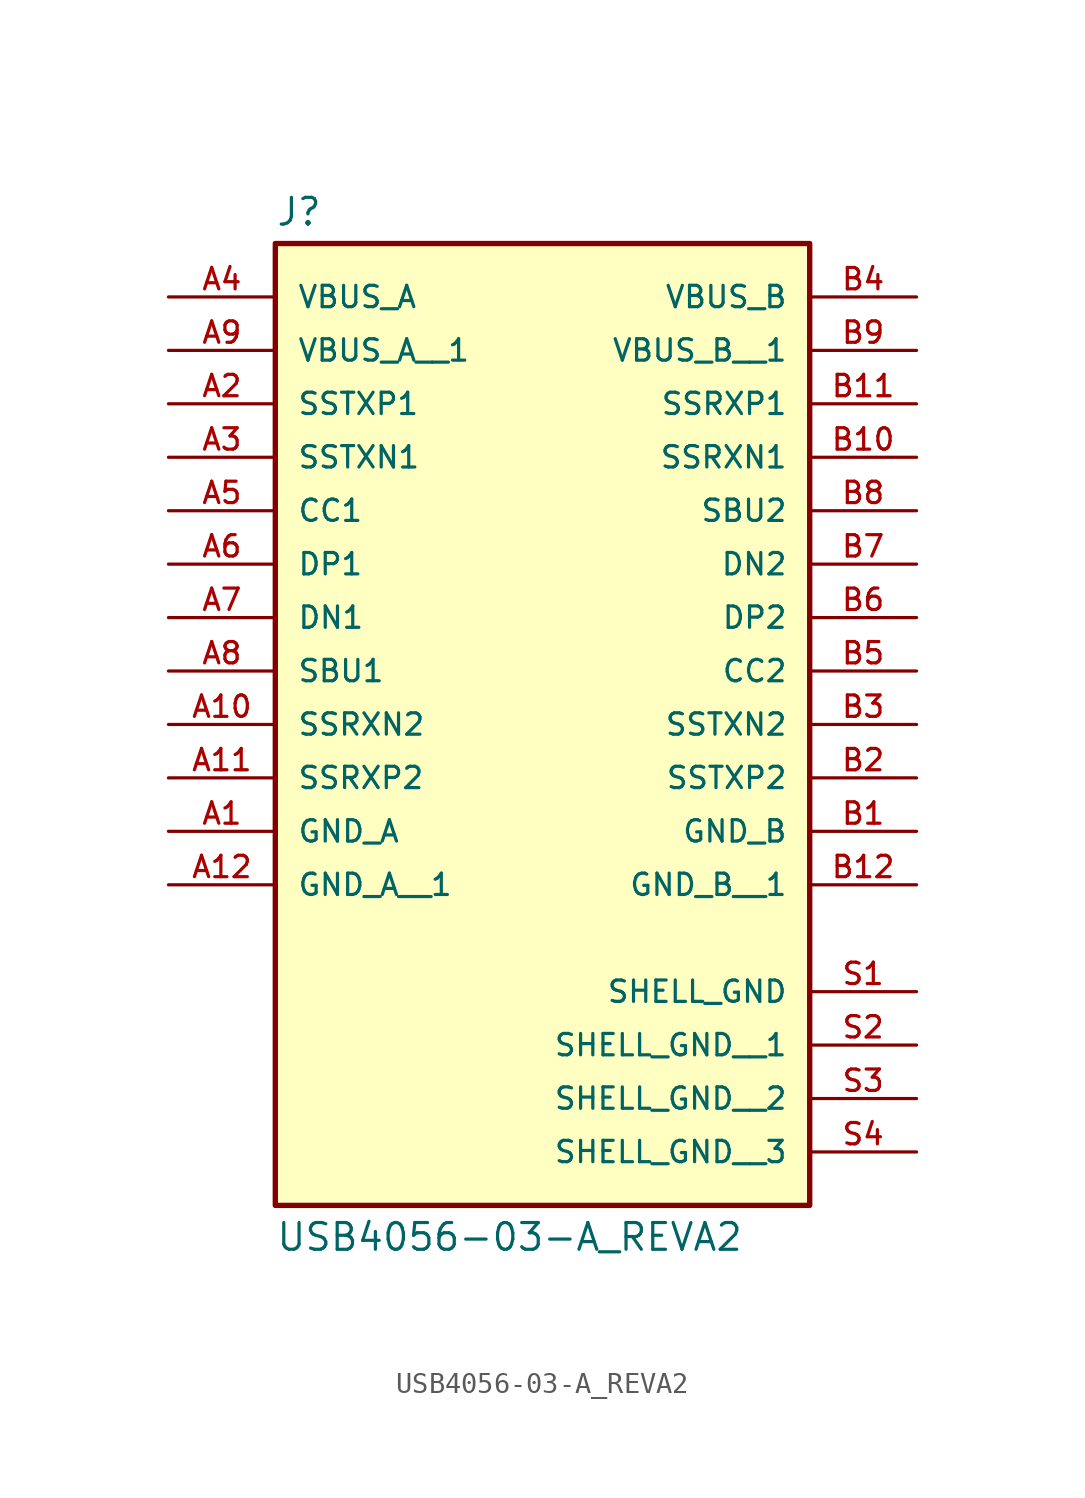
<source format=kicad_sym>
(kicad_symbol_lib
  (version 20241209)
  (generator "kicad_symbol_editor")
  (generator_version "9.0")
  (symbol "USB4056-03-A_REVA2"
    (pin_names
      (offset 1.016))
    (property "Reference" "J"
      (at -12.7 16.002 0)
      (effects (font (size 1.27 1.27)) (justify left bottom)))
    (property "Value" "USB4056-03-A_REVA2"
      (at -12.7 -31.242 0)
      (effects (font (size 1.27 1.27)) (justify left top)))
    (symbol "USB4056-03-A_REVA2_0_0"
      (rectangle (start -12.7 -30.48) (end 12.7 15.24) (stroke (width 0.254) (type default)) (fill (type background)))
      (pin power_in line (at -17.78 12.7 0) (length 5.08) (name "VBUS_A" (effects (font (size 1.016 1.016)))) (number "A4" (effects (font (size 1.016 1.016)))))
      (pin power_in line (at -17.78 10.16 0) (length 5.08) (name "VBUS_A__1" (effects (font (size 1.016 1.016)))) (number "A9" (effects (font (size 1.016 1.016)))))
      (pin bidirectional line (at -17.78 7.62 0) (length 5.08) (name "SSTXP1" (effects (font (size 1.016 1.016)))) (number "A2" (effects (font (size 1.016 1.016)))))
      (pin bidirectional line (at -17.78 5.08 0) (length 5.08) (name "SSTXN1" (effects (font (size 1.016 1.016)))) (number "A3" (effects (font (size 1.016 1.016)))))
      (pin bidirectional line (at -17.78 2.54 0) (length 5.08) (name "CC1" (effects (font (size 1.016 1.016)))) (number "A5" (effects (font (size 1.016 1.016)))))
      (pin bidirectional line (at -17.78 0 0) (length 5.08) (name "DP1" (effects (font (size 1.016 1.016)))) (number "A6" (effects (font (size 1.016 1.016)))))
      (pin bidirectional line (at -17.78 -2.54 0) (length 5.08) (name "DN1" (effects (font (size 1.016 1.016)))) (number "A7" (effects (font (size 1.016 1.016)))))
      (pin bidirectional line (at -17.78 -5.08 0) (length 5.08) (name "SBU1" (effects (font (size 1.016 1.016)))) (number "A8" (effects (font (size 1.016 1.016)))))
      (pin bidirectional line (at -17.78 -7.62 0) (length 5.08) (name "SSRXN2" (effects (font (size 1.016 1.016)))) (number "A10" (effects (font (size 1.016 1.016)))))
      (pin bidirectional line (at -17.78 -10.16 0) (length 5.08) (name "SSRXP2" (effects (font (size 1.016 1.016)))) (number "A11" (effects (font (size 1.016 1.016)))))
      (pin power_in line (at -17.78 -12.7 0) (length 5.08) (name "GND_A" (effects (font (size 1.016 1.016)))) (number "A1" (effects (font (size 1.016 1.016)))))
      (pin power_in line (at -17.78 -15.24 0) (length 5.08) (name "GND_A__1" (effects (font (size 1.016 1.016)))) (number "A12" (effects (font (size 1.016 1.016)))))
      (pin power_in line (at 17.78 12.7 180) (length 5.08) (name "VBUS_B" (effects (font (size 1.016 1.016)))) (number "B4" (effects (font (size 1.016 1.016)))))
      (pin power_in line (at 17.78 10.16 180) (length 5.08) (name "VBUS_B__1" (effects (font (size 1.016 1.016)))) (number "B9" (effects (font (size 1.016 1.016)))))
      (pin bidirectional line (at 17.78 7.62 180) (length 5.08) (name "SSRXP1" (effects (font (size 1.016 1.016)))) (number "B11" (effects (font (size 1.016 1.016)))))
      (pin bidirectional line (at 17.78 5.08 180) (length 5.08) (name "SSRXN1" (effects (font (size 1.016 1.016)))) (number "B10" (effects (font (size 1.016 1.016)))))
      (pin bidirectional line (at 17.78 2.54 180) (length 5.08) (name "SBU2" (effects (font (size 1.016 1.016)))) (number "B8" (effects (font (size 1.016 1.016)))))
      (pin bidirectional line (at 17.78 0 180) (length 5.08) (name "DN2" (effects (font (size 1.016 1.016)))) (number "B7" (effects (font (size 1.016 1.016)))))
      (pin bidirectional line (at 17.78 -2.54 180) (length 5.08) (name "DP2" (effects (font (size 1.016 1.016)))) (number "B6" (effects (font (size 1.016 1.016)))))
      (pin bidirectional line (at 17.78 -5.08 180) (length 5.08) (name "CC2" (effects (font (size 1.016 1.016)))) (number "B5" (effects (font (size 1.016 1.016)))))
      (pin bidirectional line (at 17.78 -7.62 180) (length 5.08) (name "SSTXN2" (effects (font (size 1.016 1.016)))) (number "B3" (effects (font (size 1.016 1.016)))))
      (pin bidirectional line (at 17.78 -10.16 180) (length 5.08) (name "SSTXP2" (effects (font (size 1.016 1.016)))) (number "B2" (effects (font (size 1.016 1.016)))))
      (pin power_in line (at 17.78 -12.7 180) (length 5.08) (name "GND_B" (effects (font (size 1.016 1.016)))) (number "B1" (effects (font (size 1.016 1.016)))))
      (pin power_in line (at 17.78 -15.24 180) (length 5.08) (name "GND_B__1" (effects (font (size 1.016 1.016)))) (number "B12" (effects (font (size 1.016 1.016)))))
      (pin power_in line (at 17.78 -20.32 180) (length 5.08) (name "SHELL_GND" (effects (font (size 1.016 1.016)))) (number "S1" (effects (font (size 1.016 1.016)))))
      (pin power_in line (at 17.78 -22.86 180) (length 5.08) (name "SHELL_GND__1" (effects (font (size 1.016 1.016)))) (number "S2" (effects (font (size 1.016 1.016)))))
      (pin power_in line (at 17.78 -25.4 180) (length 5.08) (name "SHELL_GND__2" (effects (font (size 1.016 1.016)))) (number "S3" (effects (font (size 1.016 1.016)))))
      (pin power_in line (at 17.78 -27.94 180) (length 5.08) (name "SHELL_GND__3" (effects (font (size 1.016 1.016)))) (number "S4" (effects (font (size 1.016 1.016))))))))
</source>
